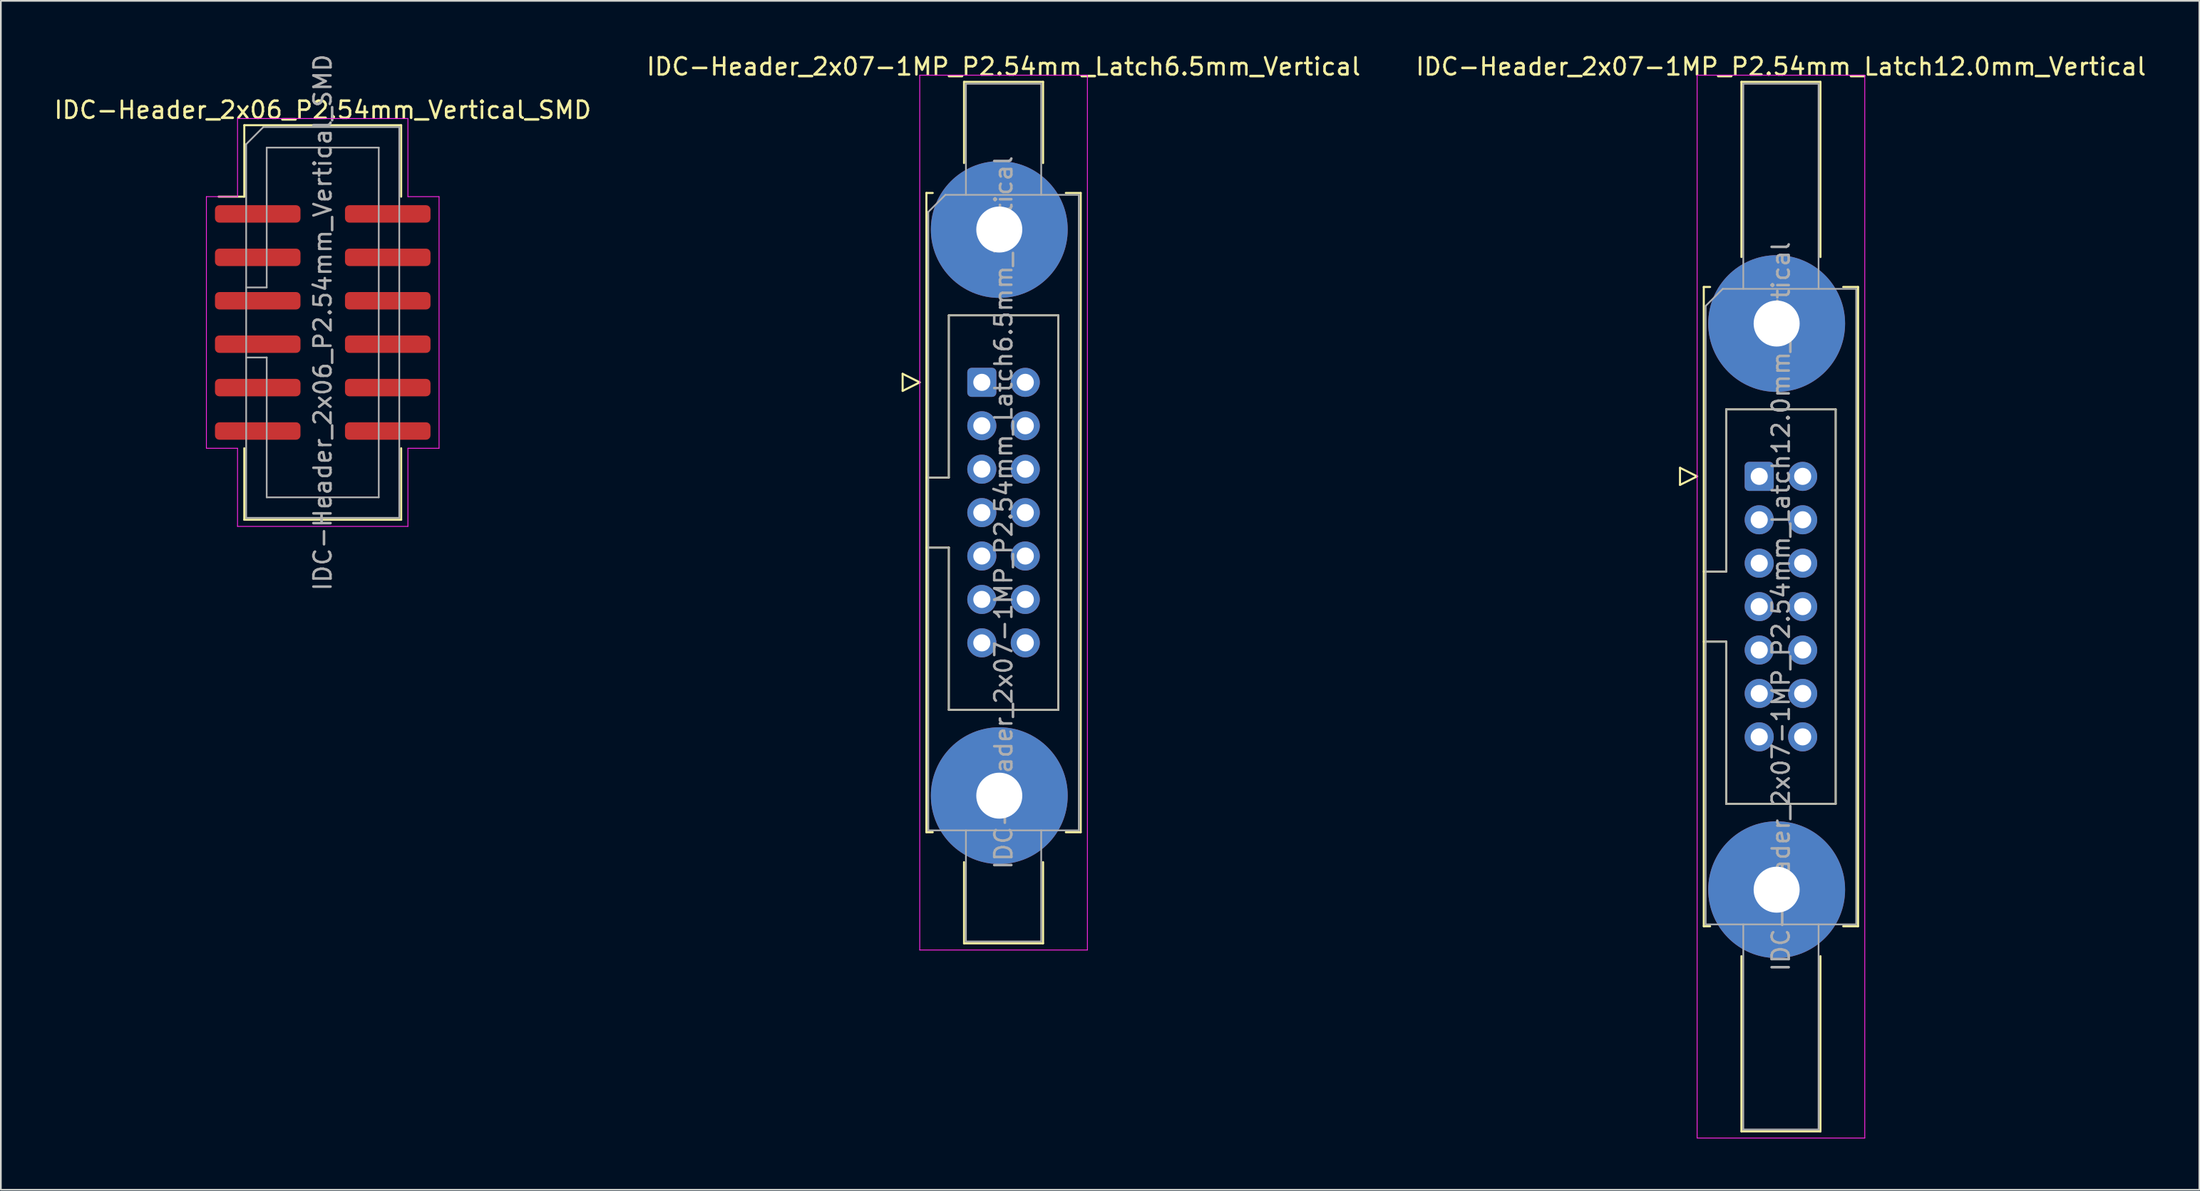
<source format=kicad_pcb>
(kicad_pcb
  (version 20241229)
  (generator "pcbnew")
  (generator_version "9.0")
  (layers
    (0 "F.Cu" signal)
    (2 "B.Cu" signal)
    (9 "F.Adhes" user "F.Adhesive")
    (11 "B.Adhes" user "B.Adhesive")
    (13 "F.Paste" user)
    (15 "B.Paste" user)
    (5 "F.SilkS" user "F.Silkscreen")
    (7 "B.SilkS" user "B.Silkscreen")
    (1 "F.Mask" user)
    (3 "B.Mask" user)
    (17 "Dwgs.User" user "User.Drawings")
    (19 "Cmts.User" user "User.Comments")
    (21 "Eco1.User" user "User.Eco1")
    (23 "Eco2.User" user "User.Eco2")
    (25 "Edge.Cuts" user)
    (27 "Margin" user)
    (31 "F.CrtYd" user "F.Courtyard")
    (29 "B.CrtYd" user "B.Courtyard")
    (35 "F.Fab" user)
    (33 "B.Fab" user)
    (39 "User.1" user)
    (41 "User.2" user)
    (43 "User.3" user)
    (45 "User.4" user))
  (footprint "IDC-Header_2x06_P2.54mm_Vertical_SMD"
    (layer "F.Cu")
    (at 15.815 15.815)
    (property "Reference" "IDC-Header_2x06_P2.54mm_Vertical_SMD" (at 0 -12.43 0) (layer "F.SilkS") (effects (font (size 1 1) (thickness 0.15))))
    (attr smd)
    (fp_line (start -4.585 -11.54) (end 4.585 -11.54) (stroke (width 0.12) (type solid)) (layer "F.SilkS"))
    (fp_line (start -4.585 -7.36) (end -6.085 -7.36) (stroke (width 0.12) (type solid)) (layer "F.SilkS"))
    (fp_line (start -4.585 -7.36) (end -4.585 -11.54) (stroke (width 0.12) (type solid)) (layer "F.SilkS"))
    (fp_line (start -4.585 7.36) (end -4.585 11.54) (stroke (width 0.12) (type solid)) (layer "F.SilkS"))
    (fp_line (start -4.585 11.54) (end 4.585 11.54) (stroke (width 0.12) (type solid)) (layer "F.SilkS"))
    (fp_line (start 4.585 -11.54) (end 4.585 -7.36) (stroke (width 0.12) (type solid)) (layer "F.SilkS"))
    (fp_line (start 4.585 11.54) (end 4.585 7.36) (stroke (width 0.12) (type solid)) (layer "F.SilkS"))
    (fp_line (start -6.8 -7.36) (end -6.8 7.36) (stroke (width 0.05) (type solid)) (layer "F.CrtYd"))
    (fp_line (start -6.8 7.36) (end -4.98 7.36) (stroke (width 0.05) (type solid)) (layer "F.CrtYd"))
    (fp_line (start -4.98 -11.93) (end -4.98 -7.36) (stroke (width 0.05) (type solid)) (layer "F.CrtYd"))
    (fp_line (start -4.98 -7.36) (end -6.8 -7.36) (stroke (width 0.05) (type solid)) (layer "F.CrtYd"))
    (fp_line (start -4.98 7.36) (end -4.98 11.93) (stroke (width 0.05) (type solid)) (layer "F.CrtYd"))
    (fp_line (start -4.98 11.93) (end 4.98 11.93) (stroke (width 0.05) (type solid)) (layer "F.CrtYd"))
    (fp_line (start 4.98 -11.93) (end -4.98 -11.93) (stroke (width 0.05) (type solid)) (layer "F.CrtYd"))
    (fp_line (start 4.98 -7.36) (end 4.98 -11.93) (stroke (width 0.05) (type solid)) (layer "F.CrtYd"))
    (fp_line (start 4.98 7.36) (end 6.8 7.36) (stroke (width 0.05) (type solid)) (layer "F.CrtYd"))
    (fp_line (start 4.98 11.93) (end 4.98 7.36) (stroke (width 0.05) (type solid)) (layer "F.CrtYd"))
    (fp_line (start 6.8 -7.36) (end 4.98 -7.36) (stroke (width 0.05) (type solid)) (layer "F.CrtYd"))
    (fp_line (start 6.8 7.36) (end 6.8 -7.36) (stroke (width 0.05) (type solid)) (layer "F.CrtYd"))
    (fp_line (start -4.475 -10.43) (end -3.475 -11.43) (stroke (width 0.1) (type solid)) (layer "F.Fab"))
    (fp_line (start -4.475 -2.05) (end -3.275 -2.05) (stroke (width 0.1) (type solid)) (layer "F.Fab"))
    (fp_line (start -4.475 11.43) (end -4.475 -10.43) (stroke (width 0.1) (type solid)) (layer "F.Fab"))
    (fp_line (start -3.475 -11.43) (end 4.475 -11.43) (stroke (width 0.1) (type solid)) (layer "F.Fab"))
    (fp_line (start -3.275 -10.23) (end 3.275 -10.23) (stroke (width 0.1) (type solid)) (layer "F.Fab"))
    (fp_line (start -3.275 -2.05) (end -3.275 -10.23) (stroke (width 0.1) (type solid)) (layer "F.Fab"))
    (fp_line (start -3.275 2.05) (end -4.475 2.05) (stroke (width 0.1) (type solid)) (layer "F.Fab"))
    (fp_line (start -3.275 2.05) (end -3.275 2.05) (stroke (width 0.1) (type solid)) (layer "F.Fab"))
    (fp_line (start -3.275 10.23) (end -3.275 2.05) (stroke (width 0.1) (type solid)) (layer "F.Fab"))
    (fp_line (start 3.275 -10.23) (end 3.275 10.23) (stroke (width 0.1) (type solid)) (layer "F.Fab"))
    (fp_line (start 3.275 10.23) (end -3.275 10.23) (stroke (width 0.1) (type solid)) (layer "F.Fab"))
    (fp_line (start 4.475 -11.43) (end 4.475 11.43) (stroke (width 0.1) (type solid)) (layer "F.Fab"))
    (fp_line (start 4.475 11.43) (end -4.475 11.43) (stroke (width 0.1) (type solid)) (layer "F.Fab"))
    (fp_text user "${REFERENCE}" (at 0 0 90) (layer "F.Fab") (effects (font (size 1 1) (thickness 0.15))))
    (pad "1" smd roundrect (at -3.8 -6.35) (size 5 1.02) (layers "F.Cu" "F.Mask" "F.Paste") (roundrect_rratio 0.25))
    (pad "2" smd roundrect (at 3.8 -6.35) (size 5 1.02) (layers "F.Cu" "F.Mask" "F.Paste") (roundrect_rratio 0.25))
    (pad "3" smd roundrect (at -3.8 -3.81) (size 5 1.02) (layers "F.Cu" "F.Mask" "F.Paste") (roundrect_rratio 0.25))
    (pad "4" smd roundrect (at 3.8 -3.81) (size 5 1.02) (layers "F.Cu" "F.Mask" "F.Paste") (roundrect_rratio 0.25))
    (pad "5" smd roundrect (at -3.8 -1.27) (size 5 1.02) (layers "F.Cu" "F.Mask" "F.Paste") (roundrect_rratio 0.25))
    (pad "6" smd roundrect (at 3.8 -1.27) (size 5 1.02) (layers "F.Cu" "F.Mask" "F.Paste") (roundrect_rratio 0.25))
    (pad "7" smd roundrect (at -3.8 1.27) (size 5 1.02) (layers "F.Cu" "F.Mask" "F.Paste") (roundrect_rratio 0.25))
    (pad "8" smd roundrect (at 3.8 1.27) (size 5 1.02) (layers "F.Cu" "F.Mask" "F.Paste") (roundrect_rratio 0.25))
    (pad "9" smd roundrect (at -3.8 3.81) (size 5 1.02) (layers "F.Cu" "F.Mask" "F.Paste") (roundrect_rratio 0.25))
    (pad "10" smd roundrect (at 3.8 3.81) (size 5 1.02) (layers "F.Cu" "F.Mask" "F.Paste") (roundrect_rratio 0.25))
    (pad "11" smd roundrect (at -3.8 6.35) (size 5 1.02) (layers "F.Cu" "F.Mask" "F.Paste") (roundrect_rratio 0.25))
    (pad "12" smd roundrect (at 3.8 6.35) (size 5 1.02) (layers "F.Cu" "F.Mask" "F.Paste") (roundrect_rratio 0.25)))
  (footprint "IDC-Header_2x07-1MP_P2.54mm_Latch12.0mm_Vertical"
    (layer "F.Cu")
    (at 99.784 24.818)
    (property "Reference" "IDC-Header_2x07-1MP_P2.54mm_Latch12.0mm_Vertical" (at 1.27 -23.97 0) (layer "F.SilkS") (effects (font (size 1 1) (thickness 0.15))))
    (attr through_hole)
    (fp_line (start -4.63 -0.5) (end -4.63 0.5) (stroke (width 0.12) (type solid)) (layer "F.SilkS"))
    (fp_line (start -4.63 0.5) (end -3.63 0) (stroke (width 0.12) (type solid)) (layer "F.SilkS"))
    (fp_line (start -3.63 0) (end -4.63 -0.5) (stroke (width 0.12) (type solid)) (layer "F.SilkS"))
    (fp_line (start -3.24 -11.08) (end -3.24 26.32) (stroke (width 0.12) (type solid)) (layer "F.SilkS"))
    (fp_line (start -3.24 5.57) (end -1.93 5.57) (stroke (width 0.12) (type solid)) (layer "F.SilkS"))
    (fp_line (start -3.24 26.32) (end -2.87 26.32) (stroke (width 0.12) (type solid)) (layer "F.SilkS"))
    (fp_line (start -2.87 -11.08) (end -3.24 -11.08) (stroke (width 0.12) (type solid)) (layer "F.SilkS"))
    (fp_line (start -1.93 -3.92) (end 4.47 -3.92) (stroke (width 0.12) (type solid)) (layer "F.SilkS"))
    (fp_line (start -1.93 5.57) (end -1.93 -3.92) (stroke (width 0.12) (type solid)) (layer "F.SilkS"))
    (fp_line (start -1.93 9.67) (end -3.24 9.67) (stroke (width 0.12) (type solid)) (layer "F.SilkS"))
    (fp_line (start -1.93 9.67) (end -1.93 9.67) (stroke (width 0.12) (type solid)) (layer "F.SilkS"))
    (fp_line (start -1.93 19.16) (end -1.93 9.67) (stroke (width 0.12) (type solid)) (layer "F.SilkS"))
    (fp_line (start -1.04 -23.08) (end 3.58 -23.08) (stroke (width 0.12) (type solid)) (layer "F.SilkS"))
    (fp_line (start -1.04 -12.83) (end -1.04 -23.08) (stroke (width 0.12) (type solid)) (layer "F.SilkS"))
    (fp_line (start -1.04 28.07) (end -1.04 38.32) (stroke (width 0.12) (type solid)) (layer "F.SilkS"))
    (fp_line (start -1.04 38.32) (end 3.58 38.32) (stroke (width 0.12) (type solid)) (layer "F.SilkS"))
    (fp_line (start 3.58 -23.08) (end 3.58 -12.83) (stroke (width 0.12) (type solid)) (layer "F.SilkS"))
    (fp_line (start 3.58 38.32) (end 3.58 28.07) (stroke (width 0.12) (type solid)) (layer "F.SilkS"))
    (fp_line (start 4.47 -3.92) (end 4.47 19.16) (stroke (width 0.12) (type solid)) (layer "F.SilkS"))
    (fp_line (start 4.47 19.16) (end -1.93 19.16) (stroke (width 0.12) (type solid)) (layer "F.SilkS"))
    (fp_line (start 4.91 -11.08) (end 5.78 -11.08) (stroke (width 0.12) (type solid)) (layer "F.SilkS"))
    (fp_line (start 5.78 -11.08) (end 5.78 26.32) (stroke (width 0.12) (type solid)) (layer "F.SilkS"))
    (fp_line (start 5.78 26.32) (end 4.91 26.32) (stroke (width 0.12) (type solid)) (layer "F.SilkS"))
    (fp_line (start -3.63 -23.47) (end -3.63 38.71) (stroke (width 0.05) (type solid)) (layer "F.CrtYd"))
    (fp_line (start -3.63 38.71) (end 6.17 38.71) (stroke (width 0.05) (type solid)) (layer "F.CrtYd"))
    (fp_line (start 6.17 -23.47) (end -3.63 -23.47) (stroke (width 0.05) (type solid)) (layer "F.CrtYd"))
    (fp_line (start 6.17 38.71) (end 6.17 -23.47) (stroke (width 0.05) (type solid)) (layer "F.CrtYd"))
    (fp_line (start -3.13 -9.97) (end -2.13 -10.97) (stroke (width 0.1) (type solid)) (layer "F.Fab"))
    (fp_line (start -3.13 5.57) (end -1.93 5.57) (stroke (width 0.1) (type solid)) (layer "F.Fab"))
    (fp_line (start -3.13 26.21) (end -3.13 -9.97) (stroke (width 0.1) (type solid)) (layer "F.Fab"))
    (fp_line (start -2.13 -10.97) (end 5.67 -10.97) (stroke (width 0.1) (type solid)) (layer "F.Fab"))
    (fp_line (start -1.93 -3.92) (end 4.47 -3.92) (stroke (width 0.1) (type solid)) (layer "F.Fab"))
    (fp_line (start -1.93 5.57) (end -1.93 -3.92) (stroke (width 0.1) (type solid)) (layer "F.Fab"))
    (fp_line (start -1.93 9.67) (end -3.13 9.67) (stroke (width 0.1) (type solid)) (layer "F.Fab"))
    (fp_line (start -1.93 9.67) (end -1.93 9.67) (stroke (width 0.1) (type solid)) (layer "F.Fab"))
    (fp_line (start -1.93 19.16) (end -1.93 9.67) (stroke (width 0.1) (type solid)) (layer "F.Fab"))
    (fp_line (start -0.93 -22.97) (end 3.47 -22.97) (stroke (width 0.1) (type solid)) (layer "F.Fab"))
    (fp_line (start -0.93 -10.97) (end -0.93 -22.97) (stroke (width 0.1) (type solid)) (layer "F.Fab"))
    (fp_line (start -0.93 26.21) (end -0.93 38.21) (stroke (width 0.1) (type solid)) (layer "F.Fab"))
    (fp_line (start -0.93 38.21) (end 3.47 38.21) (stroke (width 0.1) (type solid)) (layer "F.Fab"))
    (fp_line (start 3.47 -22.97) (end 3.47 -10.97) (stroke (width 0.1) (type solid)) (layer "F.Fab"))
    (fp_line (start 3.47 38.21) (end 3.47 26.21) (stroke (width 0.1) (type solid)) (layer "F.Fab"))
    (fp_line (start 4.47 -3.92) (end 4.47 19.16) (stroke (width 0.1) (type solid)) (layer "F.Fab"))
    (fp_line (start 4.47 19.16) (end -1.93 19.16) (stroke (width 0.1) (type solid)) (layer "F.Fab"))
    (fp_line (start 5.67 -10.97) (end 5.67 26.21) (stroke (width 0.1) (type solid)) (layer "F.Fab"))
    (fp_line (start 5.67 26.21) (end -3.13 26.21) (stroke (width 0.1) (type solid)) (layer "F.Fab"))
    (fp_text user "${REFERENCE}" (at 1.27 7.62 90) (layer "F.Fab") (effects (font (size 1 1) (thickness 0.15))))
    (pad "1" thru_hole roundrect (at 0 0) (size 1.7 1.7) (drill 1) (layers "*.Cu" "*.Mask") (roundrect_rratio 0.147))
    (pad "2" thru_hole circle (at 2.54 0) (size 1.7 1.7) (drill 1) (layers "*.Cu" "*.Mask"))
    (pad "3" thru_hole circle (at 0 2.54) (size 1.7 1.7) (drill 1) (layers "*.Cu" "*.Mask"))
    (pad "4" thru_hole circle (at 2.54 2.54) (size 1.7 1.7) (drill 1) (layers "*.Cu" "*.Mask"))
    (pad "5" thru_hole circle (at 0 5.08) (size 1.7 1.7) (drill 1) (layers "*.Cu" "*.Mask"))
    (pad "6" thru_hole circle (at 2.54 5.08) (size 1.7 1.7) (drill 1) (layers "*.Cu" "*.Mask"))
    (pad "7" thru_hole circle (at 0 7.62) (size 1.7 1.7) (drill 1) (layers "*.Cu" "*.Mask"))
    (pad "8" thru_hole circle (at 2.54 7.62) (size 1.7 1.7) (drill 1) (layers "*.Cu" "*.Mask"))
    (pad "9" thru_hole circle (at 0 10.16) (size 1.7 1.7) (drill 1) (layers "*.Cu" "*.Mask"))
    (pad "10" thru_hole circle (at 2.54 10.16) (size 1.7 1.7) (drill 1) (layers "*.Cu" "*.Mask"))
    (pad "11" thru_hole circle (at 0 12.7) (size 1.7 1.7) (drill 1) (layers "*.Cu" "*.Mask"))
    (pad "12" thru_hole circle (at 2.54 12.7) (size 1.7 1.7) (drill 1) (layers "*.Cu" "*.Mask"))
    (pad "13" thru_hole circle (at 0 15.24) (size 1.7 1.7) (drill 1) (layers "*.Cu" "*.Mask"))
    (pad "14" thru_hole circle (at 2.54 15.24) (size 1.7 1.7) (drill 1) (layers "*.Cu" "*.Mask"))
    (pad "MP" thru_hole circle (at 1.02 -8.94) (size 8 8) (drill 2.69) (layers "*.Cu" "*.Mask"))
    (pad "MP" thru_hole circle (at 1.02 24.18) (size 8 8) (drill 2.69) (layers "*.Cu" "*.Mask")))
  (footprint "IDC-Header_2x07-1MP_P2.54mm_Latch6.5mm_Vertical"
    (layer "F.Cu")
    (at 54.343 19.318)
    (property "Reference" "IDC-Header_2x07-1MP_P2.54mm_Latch6.5mm_Vertical" (at 1.27 -18.47 0) (layer "F.SilkS") (effects (font (size 1 1) (thickness 0.15))))
    (attr through_hole)
    (fp_line (start -4.63 -0.5) (end -4.63 0.5) (stroke (width 0.12) (type solid)) (layer "F.SilkS"))
    (fp_line (start -4.63 0.5) (end -3.63 0) (stroke (width 0.12) (type solid)) (layer "F.SilkS"))
    (fp_line (start -3.63 0) (end -4.63 -0.5) (stroke (width 0.12) (type solid)) (layer "F.SilkS"))
    (fp_line (start -3.24 -11.08) (end -3.24 26.32) (stroke (width 0.12) (type solid)) (layer "F.SilkS"))
    (fp_line (start -3.24 5.57) (end -1.93 5.57) (stroke (width 0.12) (type solid)) (layer "F.SilkS"))
    (fp_line (start -3.24 26.32) (end -2.87 26.32) (stroke (width 0.12) (type solid)) (layer "F.SilkS"))
    (fp_line (start -2.87 -11.08) (end -3.24 -11.08) (stroke (width 0.12) (type solid)) (layer "F.SilkS"))
    (fp_line (start -1.93 -3.92) (end 4.47 -3.92) (stroke (width 0.12) (type solid)) (layer "F.SilkS"))
    (fp_line (start -1.93 5.57) (end -1.93 -3.92) (stroke (width 0.12) (type solid)) (layer "F.SilkS"))
    (fp_line (start -1.93 9.67) (end -3.24 9.67) (stroke (width 0.12) (type solid)) (layer "F.SilkS"))
    (fp_line (start -1.93 9.67) (end -1.93 9.67) (stroke (width 0.12) (type solid)) (layer "F.SilkS"))
    (fp_line (start -1.93 19.16) (end -1.93 9.67) (stroke (width 0.12) (type solid)) (layer "F.SilkS"))
    (fp_line (start -1.04 -17.58) (end 3.58 -17.58) (stroke (width 0.12) (type solid)) (layer "F.SilkS"))
    (fp_line (start -1.04 -12.83) (end -1.04 -17.58) (stroke (width 0.12) (type solid)) (layer "F.SilkS"))
    (fp_line (start -1.04 28.07) (end -1.04 32.82) (stroke (width 0.12) (type solid)) (layer "F.SilkS"))
    (fp_line (start -1.04 32.82) (end 3.58 32.82) (stroke (width 0.12) (type solid)) (layer "F.SilkS"))
    (fp_line (start 3.58 -17.58) (end 3.58 -12.83) (stroke (width 0.12) (type solid)) (layer "F.SilkS"))
    (fp_line (start 3.58 32.82) (end 3.58 28.07) (stroke (width 0.12) (type solid)) (layer "F.SilkS"))
    (fp_line (start 4.47 -3.92) (end 4.47 19.16) (stroke (width 0.12) (type solid)) (layer "F.SilkS"))
    (fp_line (start 4.47 19.16) (end -1.93 19.16) (stroke (width 0.12) (type solid)) (layer "F.SilkS"))
    (fp_line (start 4.91 -11.08) (end 5.78 -11.08) (stroke (width 0.12) (type solid)) (layer "F.SilkS"))
    (fp_line (start 5.78 -11.08) (end 5.78 26.32) (stroke (width 0.12) (type solid)) (layer "F.SilkS"))
    (fp_line (start 5.78 26.32) (end 4.91 26.32) (stroke (width 0.12) (type solid)) (layer "F.SilkS"))
    (fp_line (start -3.63 -17.97) (end -3.63 33.21) (stroke (width 0.05) (type solid)) (layer "F.CrtYd"))
    (fp_line (start -3.63 33.21) (end 6.17 33.21) (stroke (width 0.05) (type solid)) (layer "F.CrtYd"))
    (fp_line (start 6.17 -17.97) (end -3.63 -17.97) (stroke (width 0.05) (type solid)) (layer "F.CrtYd"))
    (fp_line (start 6.17 33.21) (end 6.17 -17.97) (stroke (width 0.05) (type solid)) (layer "F.CrtYd"))
    (fp_line (start -3.13 -9.97) (end -2.13 -10.97) (stroke (width 0.1) (type solid)) (layer "F.Fab"))
    (fp_line (start -3.13 5.57) (end -1.93 5.57) (stroke (width 0.1) (type solid)) (layer "F.Fab"))
    (fp_line (start -3.13 26.21) (end -3.13 -9.97) (stroke (width 0.1) (type solid)) (layer "F.Fab"))
    (fp_line (start -2.13 -10.97) (end 5.67 -10.97) (stroke (width 0.1) (type solid)) (layer "F.Fab"))
    (fp_line (start -1.93 -3.92) (end 4.47 -3.92) (stroke (width 0.1) (type solid)) (layer "F.Fab"))
    (fp_line (start -1.93 5.57) (end -1.93 -3.92) (stroke (width 0.1) (type solid)) (layer "F.Fab"))
    (fp_line (start -1.93 9.67) (end -3.13 9.67) (stroke (width 0.1) (type solid)) (layer "F.Fab"))
    (fp_line (start -1.93 9.67) (end -1.93 9.67) (stroke (width 0.1) (type solid)) (layer "F.Fab"))
    (fp_line (start -1.93 19.16) (end -1.93 9.67) (stroke (width 0.1) (type solid)) (layer "F.Fab"))
    (fp_line (start -0.93 -17.47) (end 3.47 -17.47) (stroke (width 0.1) (type solid)) (layer "F.Fab"))
    (fp_line (start -0.93 -10.97) (end -0.93 -17.47) (stroke (width 0.1) (type solid)) (layer "F.Fab"))
    (fp_line (start -0.93 26.21) (end -0.93 32.71) (stroke (width 0.1) (type solid)) (layer "F.Fab"))
    (fp_line (start -0.93 32.71) (end 3.47 32.71) (stroke (width 0.1) (type solid)) (layer "F.Fab"))
    (fp_line (start 3.47 -17.47) (end 3.47 -10.97) (stroke (width 0.1) (type solid)) (layer "F.Fab"))
    (fp_line (start 3.47 32.71) (end 3.47 26.21) (stroke (width 0.1) (type solid)) (layer "F.Fab"))
    (fp_line (start 4.47 -3.92) (end 4.47 19.16) (stroke (width 0.1) (type solid)) (layer "F.Fab"))
    (fp_line (start 4.47 19.16) (end -1.93 19.16) (stroke (width 0.1) (type solid)) (layer "F.Fab"))
    (fp_line (start 5.67 -10.97) (end 5.67 26.21) (stroke (width 0.1) (type solid)) (layer "F.Fab"))
    (fp_line (start 5.67 26.21) (end -3.13 26.21) (stroke (width 0.1) (type solid)) (layer "F.Fab"))
    (fp_text user "${REFERENCE}" (at 1.27 7.62 90) (layer "F.Fab") (effects (font (size 1 1) (thickness 0.15))))
    (pad "1" thru_hole roundrect (at 0 0) (size 1.7 1.7) (drill 1) (layers "*.Cu" "*.Mask") (roundrect_rratio 0.147))
    (pad "2" thru_hole circle (at 2.54 0) (size 1.7 1.7) (drill 1) (layers "*.Cu" "*.Mask"))
    (pad "3" thru_hole circle (at 0 2.54) (size 1.7 1.7) (drill 1) (layers "*.Cu" "*.Mask"))
    (pad "4" thru_hole circle (at 2.54 2.54) (size 1.7 1.7) (drill 1) (layers "*.Cu" "*.Mask"))
    (pad "5" thru_hole circle (at 0 5.08) (size 1.7 1.7) (drill 1) (layers "*.Cu" "*.Mask"))
    (pad "6" thru_hole circle (at 2.54 5.08) (size 1.7 1.7) (drill 1) (layers "*.Cu" "*.Mask"))
    (pad "7" thru_hole circle (at 0 7.62) (size 1.7 1.7) (drill 1) (layers "*.Cu" "*.Mask"))
    (pad "8" thru_hole circle (at 2.54 7.62) (size 1.7 1.7) (drill 1) (layers "*.Cu" "*.Mask"))
    (pad "9" thru_hole circle (at 0 10.16) (size 1.7 1.7) (drill 1) (layers "*.Cu" "*.Mask"))
    (pad "10" thru_hole circle (at 2.54 10.16) (size 1.7 1.7) (drill 1) (layers "*.Cu" "*.Mask"))
    (pad "11" thru_hole circle (at 0 12.7) (size 1.7 1.7) (drill 1) (layers "*.Cu" "*.Mask"))
    (pad "12" thru_hole circle (at 2.54 12.7) (size 1.7 1.7) (drill 1) (layers "*.Cu" "*.Mask"))
    (pad "13" thru_hole circle (at 0 15.24) (size 1.7 1.7) (drill 1) (layers "*.Cu" "*.Mask"))
    (pad "14" thru_hole circle (at 2.54 15.24) (size 1.7 1.7) (drill 1) (layers "*.Cu" "*.Mask"))
    (pad "MP" thru_hole circle (at 1.02 -8.94) (size 8 8) (drill 2.69) (layers "*.Cu" "*.Mask"))
    (pad "MP" thru_hole circle (at 1.02 24.18) (size 8 8) (drill 2.69) (layers "*.Cu" "*.Mask")))
  (gr_rect
    (start -3 -3)
    (end 125.512 66.553)
    (stroke (width 0.1) (type default))
    (fill no)
    (layer "Edge.Cuts")))
</source>
